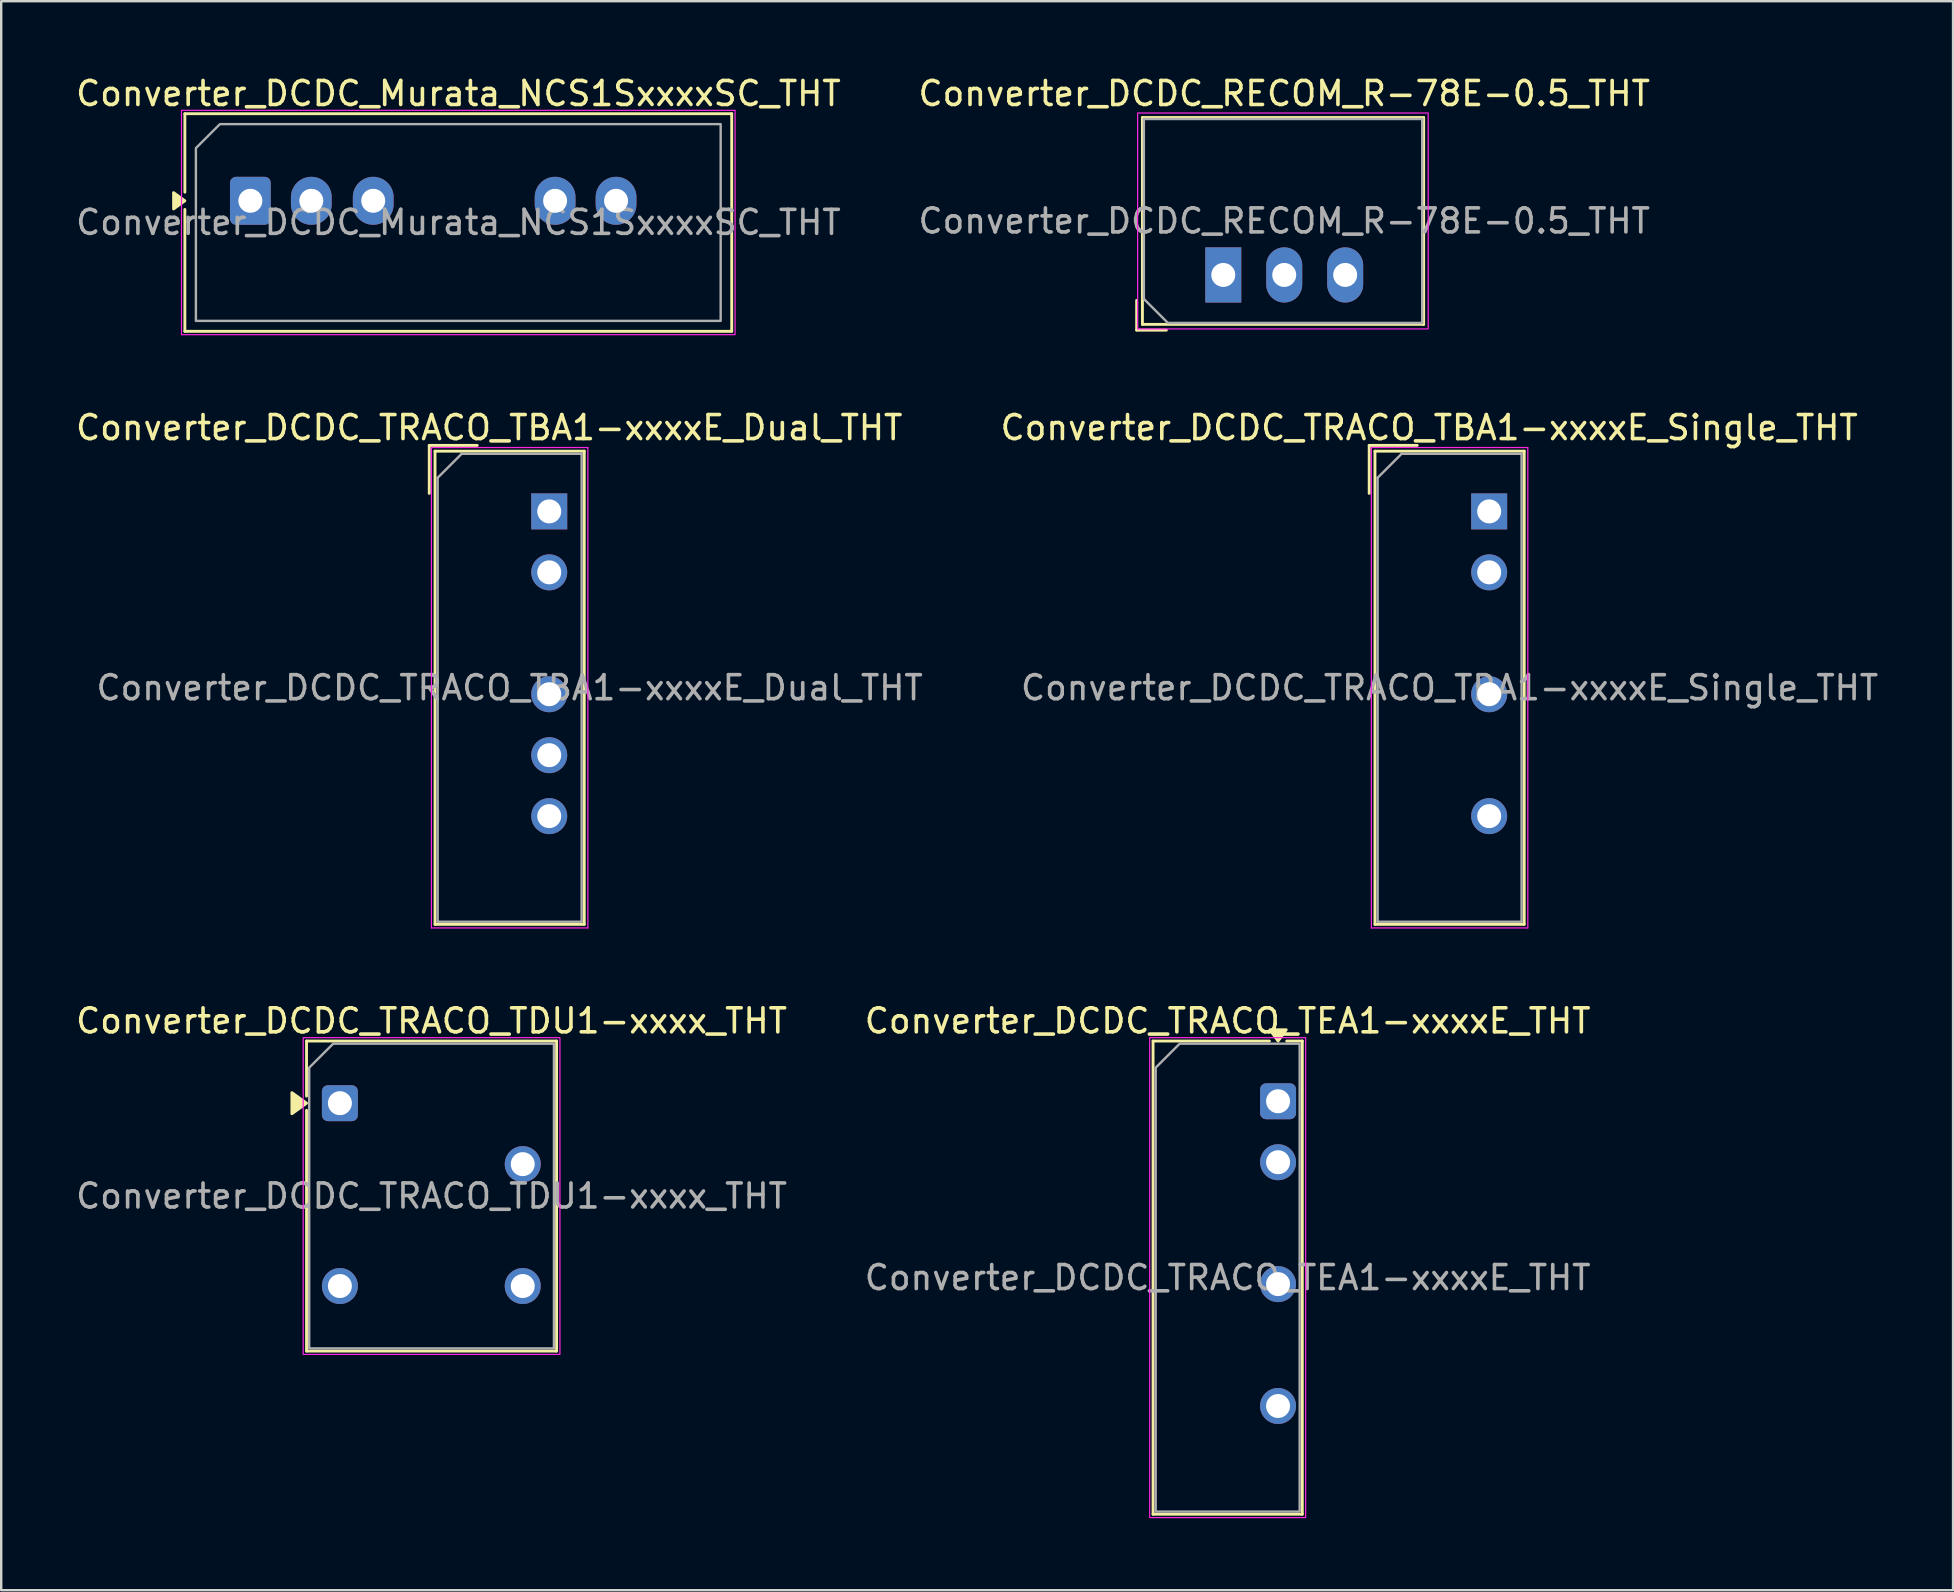
<source format=kicad_pcb>
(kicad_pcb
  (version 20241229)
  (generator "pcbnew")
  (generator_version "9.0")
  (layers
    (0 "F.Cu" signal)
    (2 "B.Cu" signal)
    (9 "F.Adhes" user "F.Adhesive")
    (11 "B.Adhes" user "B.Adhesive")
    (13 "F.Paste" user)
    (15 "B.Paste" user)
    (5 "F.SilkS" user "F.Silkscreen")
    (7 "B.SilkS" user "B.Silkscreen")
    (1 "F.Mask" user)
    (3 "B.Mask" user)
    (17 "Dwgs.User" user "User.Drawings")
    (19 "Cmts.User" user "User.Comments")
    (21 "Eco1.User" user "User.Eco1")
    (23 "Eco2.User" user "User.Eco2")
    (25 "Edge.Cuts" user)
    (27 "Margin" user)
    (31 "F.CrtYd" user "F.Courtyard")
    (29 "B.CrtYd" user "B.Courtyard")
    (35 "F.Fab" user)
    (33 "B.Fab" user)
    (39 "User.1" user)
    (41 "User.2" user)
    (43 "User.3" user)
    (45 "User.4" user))
  (footprint "Converter_DCDC_RECOM_R-78E-0.5_THT"
    (layer "F.Cu")
    (at 47.93 8.408)
    (property "Reference" "Converter_DCDC_RECOM_R-78E-0.5_THT" (at 2.54 -7.56 0) (layer "F.SilkS") (effects (font (size 1 1) (thickness 0.15))))
    (attr through_hole)
    (fp_line (start -3.61 1.06) (end -3.61 2.3) (stroke (width 0.12) (type solid)) (layer "F.SilkS"))
    (fp_line (start -3.61 2.3) (end -2.37 2.3) (stroke (width 0.12) (type solid)) (layer "F.SilkS"))
    (fp_line (start -3.37 -6.56) (end 8.35 -6.56) (stroke (width 0.12) (type solid)) (layer "F.SilkS"))
    (fp_line (start -3.37 2.06) (end -3.37 -6.56) (stroke (width 0.12) (type solid)) (layer "F.SilkS"))
    (fp_line (start 8.35 -6.56) (end 8.35 2.06) (stroke (width 0.12) (type solid)) (layer "F.SilkS"))
    (fp_line (start 8.35 2.06) (end -3.37 2.06) (stroke (width 0.12) (type solid)) (layer "F.SilkS"))
    (fp_rect (start -3.57 -6.75) (end 8.54 2.25) (stroke (width 0.05) (type solid)) (fill no) (layer "F.CrtYd"))
    (fp_line (start -3.31 -6.5) (end 8.29 -6.5) (stroke (width 0.1) (type solid)) (layer "F.Fab"))
    (fp_line (start -3.31 1) (end -3.31 -6.5) (stroke (width 0.1) (type solid)) (layer "F.Fab"))
    (fp_line (start -2.31 2) (end -3.31 1) (stroke (width 0.1) (type solid)) (layer "F.Fab"))
    (fp_line (start 8.29 -6.5) (end 8.29 2) (stroke (width 0.1) (type solid)) (layer "F.Fab"))
    (fp_line (start 8.29 2) (end -2.31 2) (stroke (width 0.1) (type solid)) (layer "F.Fab"))
    (fp_text user "${REFERENCE}" (at 2.54 -2.25 0) (layer "F.Fab") (effects (font (size 1 1) (thickness 0.15))))
    (pad "1" thru_hole rect (at 0 0) (size 1.5 2.3) (drill 1) (layers "*.Cu" "*.Mask"))
    (pad "2" thru_hole oval (at 2.54 0) (size 1.5 2.3) (drill 1) (layers "*.Cu" "*.Mask"))
    (pad "3" thru_hole oval (at 5.08 0) (size 1.5 2.3) (drill 1) (layers "*.Cu" "*.Mask")))
  (footprint "Converter_DCDC_TRACO_TBA1-xxxxE_Single_THT"
    (layer "F.Cu")
    (at 59.011 18.262)
    (property "Reference" "Converter_DCDC_TRACO_TBA1-xxxxE_Single_THT" (at -2.5 -3.49 0) (layer "F.SilkS") (effects (font (size 1 1) (thickness 0.15))))
    (attr through_hole)
    (fp_line (start -5 -2.75) (end -3 -2.75) (stroke (width 0.12) (type solid)) (layer "F.SilkS"))
    (fp_line (start -5 -0.75) (end -5 -2.75) (stroke (width 0.12) (type solid)) (layer "F.SilkS"))
    (fp_line (start -4.76 -2.51) (end -4.76 17.21) (stroke (width 0.12) (type solid)) (layer "F.SilkS"))
    (fp_line (start -4.76 -2.51) (end 1.46 -2.51) (stroke (width 0.12) (type solid)) (layer "F.SilkS"))
    (fp_line (start -4.76 17.21) (end 1.46 17.21) (stroke (width 0.12) (type solid)) (layer "F.SilkS"))
    (fp_line (start 1.46 -2.51) (end 1.46 17.21) (stroke (width 0.12) (type solid)) (layer "F.SilkS"))
    (fp_line (start -4.91 -2.66) (end -4.91 17.36) (stroke (width 0.05) (type solid)) (layer "F.CrtYd"))
    (fp_line (start -4.91 17.36) (end 1.61 17.36) (stroke (width 0.05) (type solid)) (layer "F.CrtYd"))
    (fp_line (start 1.61 -2.66) (end -4.91 -2.66) (stroke (width 0.05) (type solid)) (layer "F.CrtYd"))
    (fp_line (start 1.61 17.36) (end 1.61 -2.66) (stroke (width 0.05) (type solid)) (layer "F.CrtYd"))
    (fp_line (start -4.65 -1.4) (end -3.65 -2.4) (stroke (width 0.1) (type solid)) (layer "F.Fab"))
    (fp_line (start -4.65 17.1) (end -4.65 -1.4) (stroke (width 0.1) (type solid)) (layer "F.Fab"))
    (fp_line (start -3.65 -2.4) (end 1.35 -2.4) (stroke (width 0.1) (type solid)) (layer "F.Fab"))
    (fp_line (start 1.35 -2.4) (end 1.35 17.1) (stroke (width 0.1) (type solid)) (layer "F.Fab"))
    (fp_line (start 1.35 17.1) (end -4.65 17.1) (stroke (width 0.1) (type solid)) (layer "F.Fab"))
    (fp_text user "${REFERENCE}" (at -1.65 7.35 0) (layer "F.Fab") (effects (font (size 1 1) (thickness 0.15))))
    (pad "1" thru_hole rect (at 0 0) (size 1.5 1.5) (drill 1) (layers "*.Cu" "*.Mask"))
    (pad "2" thru_hole circle (at 0 2.54) (size 1.5 1.5) (drill 1) (layers "*.Cu" "*.Mask"))
    (pad "4" thru_hole circle (at 0 7.62) (size 1.5 1.5) (drill 1) (layers "*.Cu" "*.Mask"))
    (pad "6" thru_hole circle (at 0 12.7) (size 1.5 1.5) (drill 1) (layers "*.Cu" "*.Mask")))
  (footprint "Converter_DCDC_Murata_NCS1SxxxxSC_THT"
    (layer "F.Cu")
    (at 7.384 5.318)
    (property "Reference" "Converter_DCDC_Murata_NCS1SxxxxSC_THT" (at 8.67 -4.47 0) (layer "F.SilkS") (effects (font (size 1 1) (thickness 0.15))))
    (attr through_hole)
    (fp_line (start -2.73 -3.63) (end 20.06 -3.63) (stroke (width 0.12) (type solid)) (layer "F.SilkS"))
    (fp_line (start -2.73 -0.36) (end -2.73 -3.63) (stroke (width 0.12) (type solid)) (layer "F.SilkS"))
    (fp_line (start -2.73 5.44) (end -2.73 0.36) (stroke (width 0.12) (type solid)) (layer "F.SilkS"))
    (fp_line (start 20.06 -3.63) (end 20.06 5.44) (stroke (width 0.12) (type solid)) (layer "F.SilkS"))
    (fp_line (start 20.06 5.44) (end -2.73 5.44) (stroke (width 0.12) (type solid)) (layer "F.SilkS"))
    (fp_poly (pts (xy -2.73 0) (xy -3.2 0.34) (xy -3.2 -0.34)) (stroke (width 0.12) (type solid)) (fill yes) (layer "F.SilkS"))
    (fp_rect (start -2.87 -3.77) (end 20.2 5.58) (stroke (width 0.05) (type solid)) (fill no) (layer "F.CrtYd"))
    (fp_poly (pts (xy -2.27 -2.195) (xy -2.27 5.005) (xy 19.6 5.005) (xy 19.6 -3.195) (xy -1.27 -3.195)) (stroke (width 0.1) (type solid)) (fill no) (layer "F.Fab"))
    (fp_text user "${REFERENCE}" (at 8.67 0.9 0) (layer "F.Fab") (effects (font (size 1 1) (thickness 0.15))))
    (pad "1" thru_hole roundrect (at 0 0) (size 1.7 2) (drill 1) (layers "*.Cu" "*.Mask") (roundrect_rratio 0.147))
    (pad "2" thru_hole oval (at 2.54 0) (size 1.7 2) (drill 1) (layers "*.Cu" "*.Mask"))
    (pad "3" thru_hole oval (at 5.12 0) (size 1.7 2) (drill 1) (layers "*.Cu" "*.Mask"))
    (pad "6" thru_hole oval (at 12.7 0) (size 1.7 2) (drill 1) (layers "*.Cu" "*.Mask"))
    (pad "7" thru_hole oval (at 15.24 0) (size 1.7 2) (drill 1) (layers "*.Cu" "*.Mask")))
  (footprint "Converter_DCDC_TRACO_TEA1-xxxxE_THT"
    (layer "F.Cu")
    (at 50.213 42.845)
    (property "Reference" "Converter_DCDC_TRACO_TEA1-xxxxE_THT" (at -2.1 -3.35 0) (layer "F.SilkS") (effects (font (size 1 1) (thickness 0.15))))
    (attr through_hole)
    (fp_line (start -5.21 -2.51) (end -0.36 -2.51) (stroke (width 0.12) (type solid)) (layer "F.SilkS"))
    (fp_line (start -5.21 17.21) (end -5.21 -2.51) (stroke (width 0.12) (type solid)) (layer "F.SilkS"))
    (fp_line (start 0.36 -2.51) (end 1.01 -2.51) (stroke (width 0.12) (type solid)) (layer "F.SilkS"))
    (fp_line (start 1.01 -2.51) (end 1.01 17.21) (stroke (width 0.12) (type solid)) (layer "F.SilkS"))
    (fp_line (start 1.01 17.21) (end -5.21 17.21) (stroke (width 0.12) (type solid)) (layer "F.SilkS"))
    (fp_poly (pts (xy 0 -2.51) (xy -0.34 -2.98) (xy 0.34 -2.98)) (stroke (width 0.12) (type solid)) (fill yes) (layer "F.SilkS"))
    (fp_rect (start -5.35 -2.65) (end 1.15 17.35) (stroke (width 0.05) (type solid)) (fill no) (layer "F.CrtYd"))
    (fp_poly (pts (xy -5.1 -1.4) (xy -5.1 17.1) (xy 0.9 17.1) (xy 0.9 -2.4) (xy -4.1 -2.4)) (stroke (width 0.1) (type solid)) (fill no) (layer "F.Fab"))
    (fp_text user "${REFERENCE}" (at -2.1 7.35 0) (layer "F.Fab") (effects (font (size 1 1) (thickness 0.15))))
    (pad "1" thru_hole roundrect (at 0 0) (size 1.5 1.5) (drill 1) (layers "*.Cu" "*.Mask") (roundrect_rratio 0.167))
    (pad "2" thru_hole circle (at 0 2.54) (size 1.5 1.5) (drill 1) (layers "*.Cu" "*.Mask"))
    (pad "4" thru_hole circle (at 0 7.62) (size 1.5 1.5) (drill 1) (layers "*.Cu" "*.Mask"))
    (pad "6" thru_hole circle (at 0 12.7) (size 1.5 1.5) (drill 1) (layers "*.Cu" "*.Mask")))
  (footprint "Converter_DCDC_TRACO_TBA1-xxxxE_Dual_THT"
    (layer "F.Cu")
    (at 19.839 18.262)
    (property "Reference" "Converter_DCDC_TRACO_TBA1-xxxxE_Dual_THT" (at -2.5 -3.49 0) (layer "F.SilkS") (effects (font (size 1 1) (thickness 0.15))))
    (attr through_hole)
    (fp_line (start -5 -2.75) (end -3 -2.75) (stroke (width 0.12) (type solid)) (layer "F.SilkS"))
    (fp_line (start -5 -0.75) (end -5 -2.75) (stroke (width 0.12) (type solid)) (layer "F.SilkS"))
    (fp_line (start -4.76 -2.51) (end -4.76 17.21) (stroke (width 0.12) (type solid)) (layer "F.SilkS"))
    (fp_line (start -4.76 -2.51) (end 1.46 -2.51) (stroke (width 0.12) (type solid)) (layer "F.SilkS"))
    (fp_line (start -4.76 17.21) (end 1.46 17.21) (stroke (width 0.12) (type solid)) (layer "F.SilkS"))
    (fp_line (start 1.46 -2.51) (end 1.46 17.21) (stroke (width 0.12) (type solid)) (layer "F.SilkS"))
    (fp_line (start -4.91 -2.66) (end -4.91 17.36) (stroke (width 0.05) (type solid)) (layer "F.CrtYd"))
    (fp_line (start -4.91 17.36) (end 1.61 17.36) (stroke (width 0.05) (type solid)) (layer "F.CrtYd"))
    (fp_line (start 1.61 -2.66) (end -4.91 -2.66) (stroke (width 0.05) (type solid)) (layer "F.CrtYd"))
    (fp_line (start 1.61 17.36) (end 1.61 -2.66) (stroke (width 0.05) (type solid)) (layer "F.CrtYd"))
    (fp_line (start -4.65 -1.4) (end -3.65 -2.4) (stroke (width 0.1) (type solid)) (layer "F.Fab"))
    (fp_line (start -4.65 17.1) (end -4.65 -1.4) (stroke (width 0.1) (type solid)) (layer "F.Fab"))
    (fp_line (start -3.65 -2.4) (end 1.35 -2.4) (stroke (width 0.1) (type solid)) (layer "F.Fab"))
    (fp_line (start 1.35 -2.4) (end 1.35 17.1) (stroke (width 0.1) (type solid)) (layer "F.Fab"))
    (fp_line (start 1.35 17.1) (end -4.65 17.1) (stroke (width 0.1) (type solid)) (layer "F.Fab"))
    (fp_text user "${REFERENCE}" (at -1.65 7.35 0) (layer "F.Fab") (effects (font (size 1 1) (thickness 0.15))))
    (pad "1" thru_hole rect (at 0 0) (size 1.5 1.5) (drill 1) (layers "*.Cu" "*.Mask"))
    (pad "2" thru_hole circle (at 0 2.54) (size 1.5 1.5) (drill 1) (layers "*.Cu" "*.Mask"))
    (pad "4" thru_hole circle (at 0 7.62) (size 1.5 1.5) (drill 1) (layers "*.Cu" "*.Mask"))
    (pad "5" thru_hole circle (at 0 10.16) (size 1.5 1.5) (drill 1) (layers "*.Cu" "*.Mask"))
    (pad "6" thru_hole circle (at 0 12.7) (size 1.5 1.5) (drill 1) (layers "*.Cu" "*.Mask")))
  (footprint "Converter_DCDC_TRACO_TDU1-xxxx_THT"
    (layer "F.Cu")
    (at 11.115 42.925)
    (property "Reference" "Converter_DCDC_TRACO_TDU1-xxxx_THT" (at 3.82 -3.43 0) (layer "F.SilkS") (effects (font (size 1 1) (thickness 0.15))))
    (attr through_hole)
    (fp_line (start -1.39 -2.59) (end 9.03 -2.59) (stroke (width 0.12) (type solid)) (layer "F.SilkS"))
    (fp_line (start -1.39 -0.296) (end -1.39 -2.59) (stroke (width 0.12) (type solid)) (layer "F.SilkS"))
    (fp_line (start -1.39 10.33) (end -1.39 0.296) (stroke (width 0.12) (type solid)) (layer "F.SilkS"))
    (fp_line (start 9.03 -2.59) (end 9.03 10.33) (stroke (width 0.12) (type solid)) (layer "F.SilkS"))
    (fp_line (start 9.03 10.33) (end -1.39 10.33) (stroke (width 0.12) (type solid)) (layer "F.SilkS"))
    (fp_poly (pts (xy -1.39 0) (xy -2 0.44) (xy -2 -0.44)) (stroke (width 0.12) (type solid)) (fill yes) (layer "F.SilkS"))
    (fp_rect (start -1.53 -2.73) (end 9.17 10.47) (stroke (width 0.05) (type solid)) (fill no) (layer "F.CrtYd"))
    (fp_poly (pts (xy -1.28 -1.48) (xy -1.28 10.22) (xy 8.92 10.22) (xy 8.92 -2.48) (xy -0.28 -2.48)) (stroke (width 0.1) (type solid)) (fill no) (layer "F.Fab"))
    (fp_text user "${REFERENCE}" (at 3.82 3.87 0) (layer "F.Fab") (effects (font (size 1 1) (thickness 0.15))))
    (pad "1" thru_hole roundrect (at 0 0) (size 1.5 1.5) (drill 1) (layers "*.Cu" "*.Mask") (roundrect_rratio 0.167))
    (pad "4" thru_hole circle (at 0 7.62) (size 1.5 1.5) (drill 1) (layers "*.Cu" "*.Mask"))
    (pad "5" thru_hole circle (at 7.62 7.62) (size 1.5 1.5) (drill 1) (layers "*.Cu" "*.Mask"))
    (pad "7" thru_hole circle (at 7.62 2.54) (size 1.5 1.5) (drill 1) (layers "*.Cu" "*.Mask")))
  (gr_rect
    (start -3 -3)
    (end 78.343 63.22)
    (stroke (width 0.1) (type default))
    (fill no)
    (layer "Edge.Cuts")))
</source>
